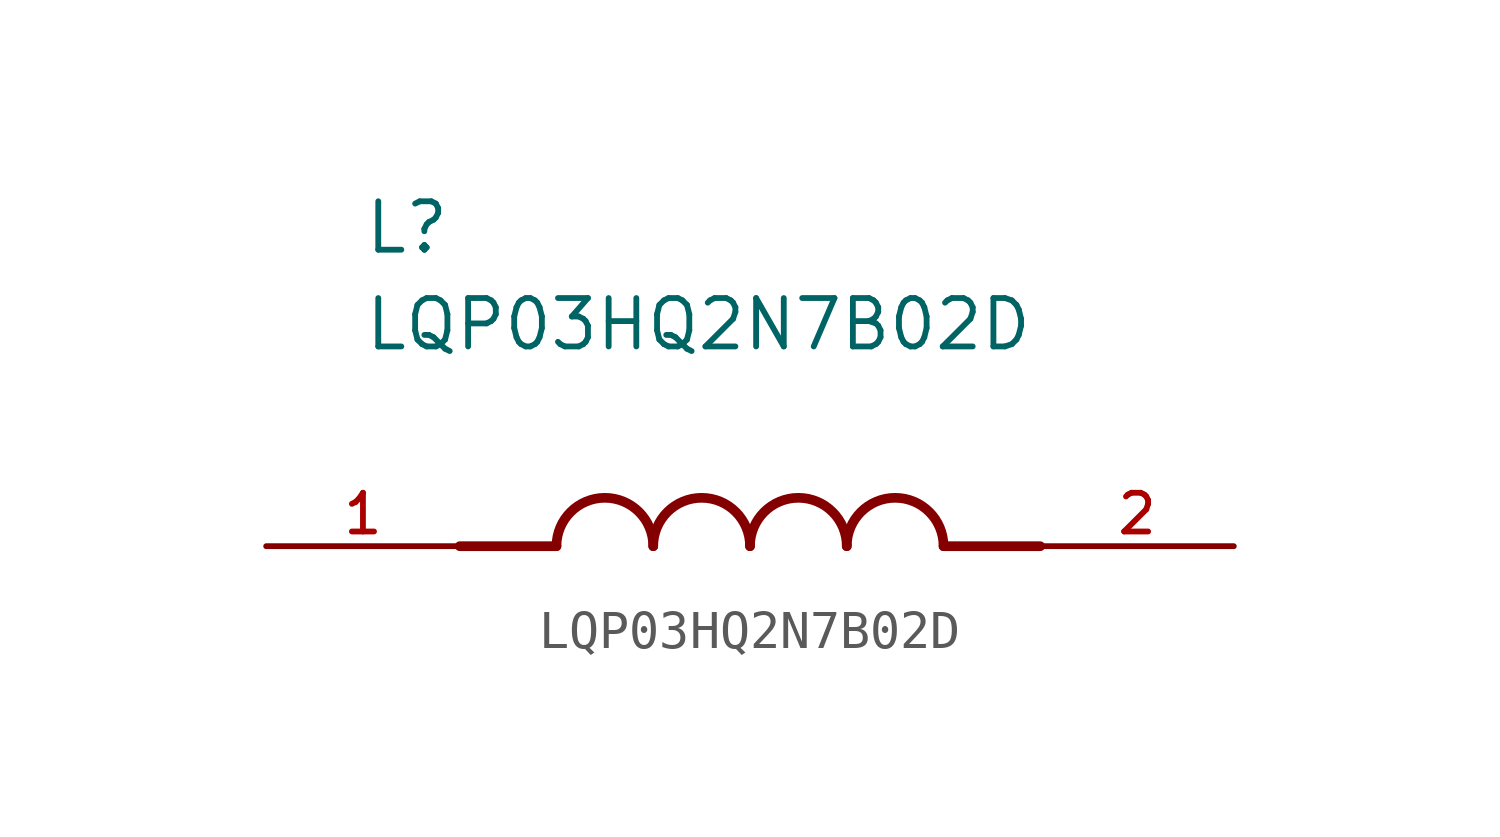
<source format=kicad_sym>
(kicad_symbol_lib
  (version 20211014)
  (generator kicad_symbol_editor)
  (symbol "LQP03HQ2N7B02D"
    (pin_names
      (offset 1.016))
    (property "Reference" "L"
      (at -10.16 7.62 0)
      (effects (font (size 1.27 1.27)) (justify bottom left)))
    (property "Value" "LQP03HQ2N7B02D"
      (at -10.16 5.08 0)
      (effects (font (size 1.27 1.27)) (justify bottom left)))
    (symbol "LQP03HQ2N7B02D_0_0"
      (polyline (pts (xy -5.08 0.0) (xy -7.62 0.0)) (stroke (width 0.254)))
      (polyline (pts (xy 5.08 0.0) (xy 7.62 0.0)) (stroke (width 0.254)))
      (arc (start -2.54 0.0) (mid -3.81 1.27) (end -5.08 0.0) (stroke (width 0.254) (type default) (color 0 0 0 0)) (fill (type none)))
      (arc (start 0.0 0.0) (mid -1.27 1.27) (end -2.54 0.0) (stroke (width 0.254) (type default) (color 0 0 0 0)) (fill (type none)))
      (arc (start 2.54 0.0) (mid 1.27 1.27) (end 0.0 0.0) (stroke (width 0.254) (type default) (color 0 0 0 0)) (fill (type none)))
      (arc (start 5.08 0.0) (mid 3.81 1.27) (end 2.54 0.0) (stroke (width 0.254) (type default) (color 0 0 0 0)) (fill (type none)))
      (pin passive line (at -12.7 0.0 0) (length 5.08) (name "~" (effects (font (size 1.016 1.016)))) (number "1" (effects (font (size 1.016 1.016)))))
      (pin passive line (at 12.7 0.0 180.0) (length 5.08) (name "~" (effects (font (size 1.016 1.016)))) (number "2" (effects (font (size 1.016 1.016))))))))
</source>
